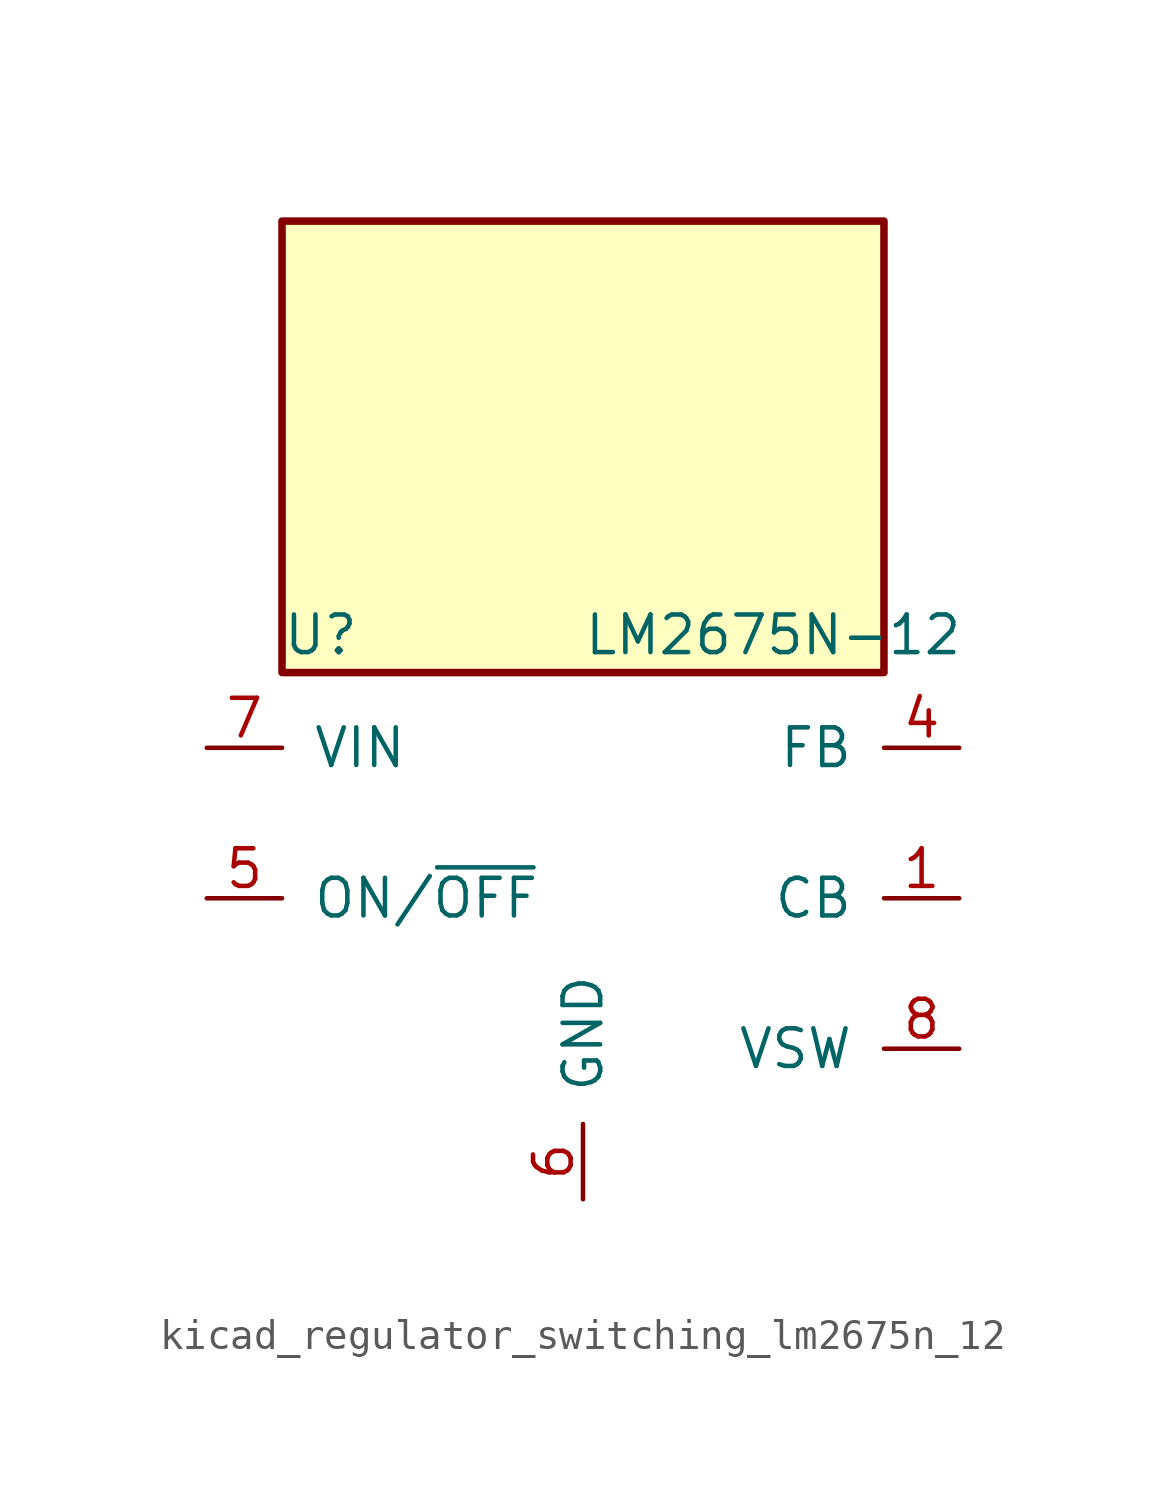
<source format=kicad_sym>
(kicad_symbol_lib
  (version 20220914)
  (generator kicad_symbol_editor)
  (symbol "kicad_regulator_switching_lm2675n_12"
    (pin_names
      (offset 1.016))
    (property "Reference" "U"
      (at -10.16 8.89 0)
      (effects (font (size 1.27 1.27)) (justify left)))
    (property "Value" "LM2675N-12"
      (at 0 8.89 0)
      (effects (font (size 1.27 1.27)) (justify left)))
    (symbol "kicad_regulator_switching_lm2675n_12_0_1"
      (rectangle (start 10.16 22.86) (end -10.16 7.62) (stroke (width 0.254) (type default)) (fill (type background))))
    (symbol "kicad_regulator_switching_lm2675n_12_1_1"
      (pin input line (at 12.7 0 180) (length 2.54) (name "CB" (effects (font (size 1.27 1.27)))) (number "1" (effects (font (size 1.27 1.27)))))
      (pin no_connect line (at -10.16 -2.54 0) (length 2.54) hide (name "NC" (effects (font (size 1.27 1.27)))) (number "2" (effects (font (size 1.27 1.27)))))
      (pin no_connect line (at -10.16 -5.08 0) (length 2.54) hide (name "NC" (effects (font (size 1.27 1.27)))) (number "3" (effects (font (size 1.27 1.27)))))
      (pin input line (at 12.7 5.08 180) (length 2.54) (name "FB" (effects (font (size 1.27 1.27)))) (number "4" (effects (font (size 1.27 1.27)))))
      (pin input line (at -12.7 0 0) (length 2.54) (name "ON/~{OFF}" (effects (font (size 1.27 1.27)))) (number "5" (effects (font (size 1.27 1.27)))))
      (pin power_in line (at 0 -10.16 90) (length 2.54) (name "GND" (effects (font (size 1.27 1.27)))) (number "6" (effects (font (size 1.27 1.27)))))
      (pin power_in line (at -12.7 5.08 0) (length 2.54) (name "VIN" (effects (font (size 1.27 1.27)))) (number "7" (effects (font (size 1.27 1.27)))))
      (pin output line (at 12.7 -5.08 180) (length 2.54) (name "VSW" (effects (font (size 1.27 1.27)))) (number "8" (effects (font (size 1.27 1.27))))))))
</source>
